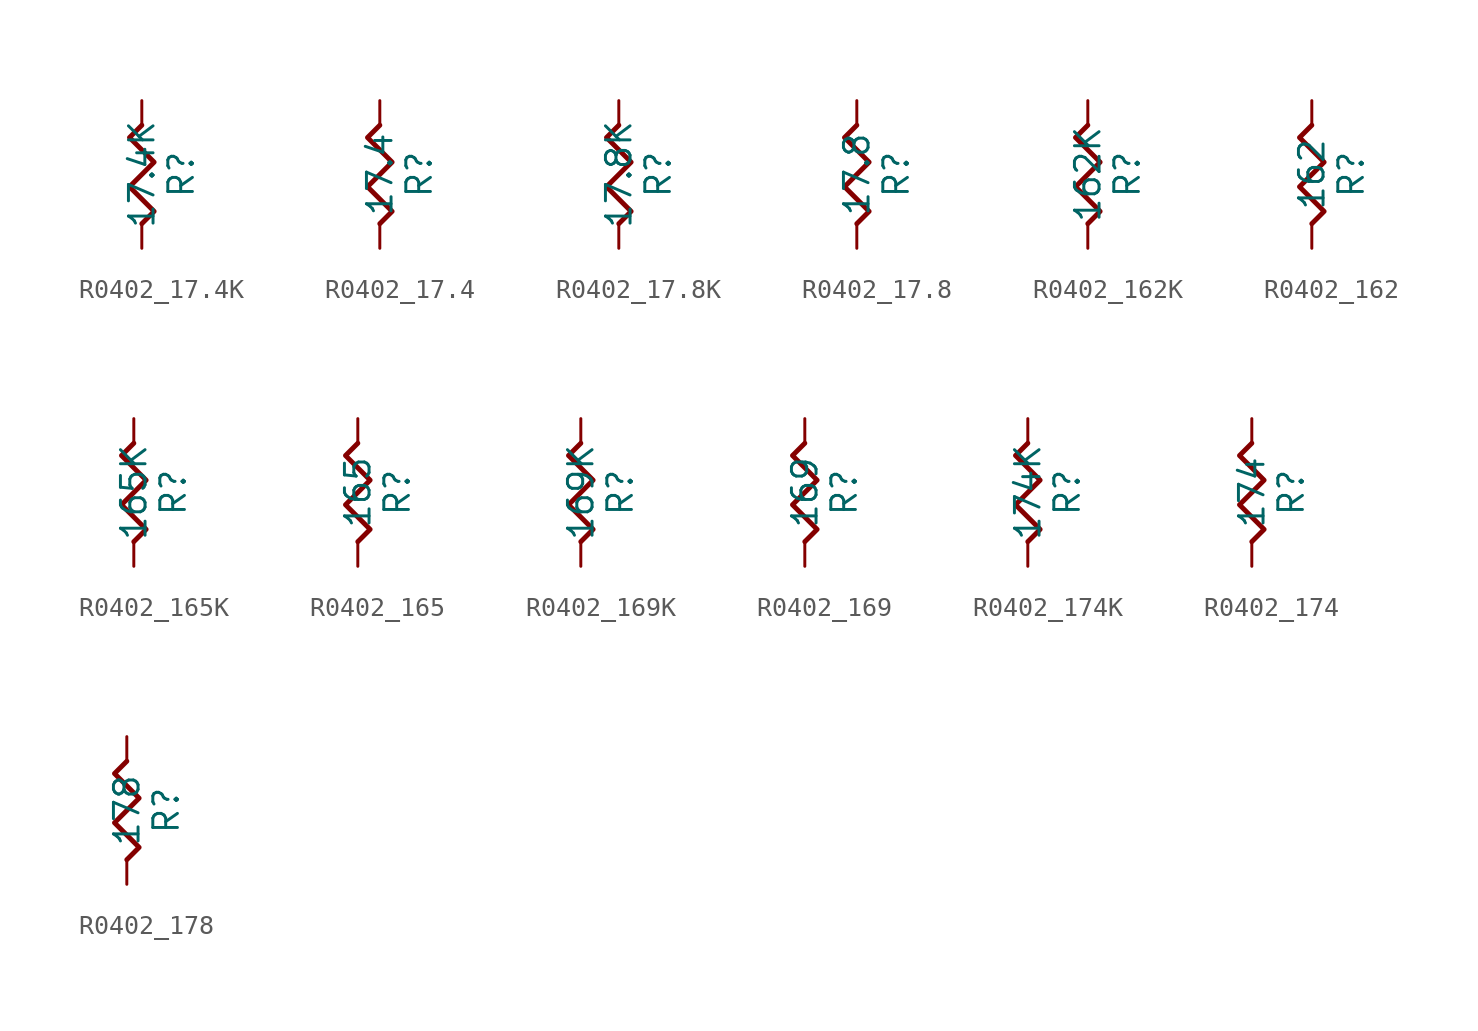
<source format=kicad_sym>
(kicad_symbol_lib
  (version 20211014)
  (generator atlantix-eda)
  (symbol "R0402_17.4K"
    (pin_numbers hide)
    (pin_names
      (offset 0))
    (property "Reference" "R"
      (at 2.032 0 90)
      (effects (font (size 1.27 1.27))))
    (property "Value" "17.4K"
      (at 0 0 90)
      (effects (font (size 1.27 1.27))))
    (symbol "R0402_17.4K_0_1"
      (polyline (pts (xy 0 -2.54) (xy 0.635 -1.905) (xy -0.635 -0.635) (xy 0.635 0.635) (xy -0.635 1.905) (xy 0 2.54)) (stroke (width 0.254) (type default) (color 0 0 0 0)) (fill (type none))))
    (symbol "R0402_17.4K_1_1"
      (pin passive line (at 0 3.81 270) (length 1.27) (name "~" (effects (font (size 1.27 1.27)))) (number "1" (effects (font (size 1.27 1.27)))))
      (pin passive line (at 0 -3.81 90) (length 1.27) (name "~" (effects (font (size 1.27 1.27)))) (number "2" (effects (font (size 1.27 1.27)))))))
  (symbol "R0402_17.4"
    (pin_numbers hide)
    (pin_names
      (offset 0))
    (property "Reference" "R"
      (at 2.032 0 90)
      (effects (font (size 1.27 1.27))))
    (property "Value" "17.4"
      (at 0 0 90)
      (effects (font (size 1.27 1.27))))
    (symbol "R0402_17.4_0_1"
      (polyline (pts (xy 0 -2.54) (xy 0.635 -1.905) (xy -0.635 -0.635) (xy 0.635 0.635) (xy -0.635 1.905) (xy 0 2.54)) (stroke (width 0.254) (type default) (color 0 0 0 0)) (fill (type none))))
    (symbol "R0402_17.4_1_1"
      (pin passive line (at 0 3.81 270) (length 1.27) (name "~" (effects (font (size 1.27 1.27)))) (number "1" (effects (font (size 1.27 1.27)))))
      (pin passive line (at 0 -3.81 90) (length 1.27) (name "~" (effects (font (size 1.27 1.27)))) (number "2" (effects (font (size 1.27 1.27)))))))
  (symbol "R0402_17.8K"
    (pin_numbers hide)
    (pin_names
      (offset 0))
    (property "Reference" "R"
      (at 2.032 0 90)
      (effects (font (size 1.27 1.27))))
    (property "Value" "17.8K"
      (at 0 0 90)
      (effects (font (size 1.27 1.27))))
    (symbol "R0402_17.8K_0_1"
      (polyline (pts (xy 0 -2.54) (xy 0.635 -1.905) (xy -0.635 -0.635) (xy 0.635 0.635) (xy -0.635 1.905) (xy 0 2.54)) (stroke (width 0.254) (type default) (color 0 0 0 0)) (fill (type none))))
    (symbol "R0402_17.8K_1_1"
      (pin passive line (at 0 3.81 270) (length 1.27) (name "~" (effects (font (size 1.27 1.27)))) (number "1" (effects (font (size 1.27 1.27)))))
      (pin passive line (at 0 -3.81 90) (length 1.27) (name "~" (effects (font (size 1.27 1.27)))) (number "2" (effects (font (size 1.27 1.27)))))))
  (symbol "R0402_17.8"
    (pin_numbers hide)
    (pin_names
      (offset 0))
    (property "Reference" "R"
      (at 2.032 0 90)
      (effects (font (size 1.27 1.27))))
    (property "Value" "17.8"
      (at 0 0 90)
      (effects (font (size 1.27 1.27))))
    (symbol "R0402_17.8_0_1"
      (polyline (pts (xy 0 -2.54) (xy 0.635 -1.905) (xy -0.635 -0.635) (xy 0.635 0.635) (xy -0.635 1.905) (xy 0 2.54)) (stroke (width 0.254) (type default) (color 0 0 0 0)) (fill (type none))))
    (symbol "R0402_17.8_1_1"
      (pin passive line (at 0 3.81 270) (length 1.27) (name "~" (effects (font (size 1.27 1.27)))) (number "1" (effects (font (size 1.27 1.27)))))
      (pin passive line (at 0 -3.81 90) (length 1.27) (name "~" (effects (font (size 1.27 1.27)))) (number "2" (effects (font (size 1.27 1.27)))))))
  (symbol "R0402_162K"
    (pin_numbers hide)
    (pin_names
      (offset 0))
    (property "Reference" "R"
      (at 2.032 0 90)
      (effects (font (size 1.27 1.27))))
    (property "Value" "162K"
      (at 0 0 90)
      (effects (font (size 1.27 1.27))))
    (symbol "R0402_162K_0_1"
      (polyline (pts (xy 0 -2.54) (xy 0.635 -1.905) (xy -0.635 -0.635) (xy 0.635 0.635) (xy -0.635 1.905) (xy 0 2.54)) (stroke (width 0.254) (type default) (color 0 0 0 0)) (fill (type none))))
    (symbol "R0402_162K_1_1"
      (pin passive line (at 0 3.81 270) (length 1.27) (name "~" (effects (font (size 1.27 1.27)))) (number "1" (effects (font (size 1.27 1.27)))))
      (pin passive line (at 0 -3.81 90) (length 1.27) (name "~" (effects (font (size 1.27 1.27)))) (number "2" (effects (font (size 1.27 1.27)))))))
  (symbol "R0402_162"
    (pin_numbers hide)
    (pin_names
      (offset 0))
    (property "Reference" "R"
      (at 2.032 0 90)
      (effects (font (size 1.27 1.27))))
    (property "Value" "162"
      (at 0 0 90)
      (effects (font (size 1.27 1.27))))
    (symbol "R0402_162_0_1"
      (polyline (pts (xy 0 -2.54) (xy 0.635 -1.905) (xy -0.635 -0.635) (xy 0.635 0.635) (xy -0.635 1.905) (xy 0 2.54)) (stroke (width 0.254) (type default) (color 0 0 0 0)) (fill (type none))))
    (symbol "R0402_162_1_1"
      (pin passive line (at 0 3.81 270) (length 1.27) (name "~" (effects (font (size 1.27 1.27)))) (number "1" (effects (font (size 1.27 1.27)))))
      (pin passive line (at 0 -3.81 90) (length 1.27) (name "~" (effects (font (size 1.27 1.27)))) (number "2" (effects (font (size 1.27 1.27)))))))
  (symbol "R0402_165K"
    (pin_numbers hide)
    (pin_names
      (offset 0))
    (property "Reference" "R"
      (at 2.032 0 90)
      (effects (font (size 1.27 1.27))))
    (property "Value" "165K"
      (at 0 0 90)
      (effects (font (size 1.27 1.27))))
    (symbol "R0402_165K_0_1"
      (polyline (pts (xy 0 -2.54) (xy 0.635 -1.905) (xy -0.635 -0.635) (xy 0.635 0.635) (xy -0.635 1.905) (xy 0 2.54)) (stroke (width 0.254) (type default) (color 0 0 0 0)) (fill (type none))))
    (symbol "R0402_165K_1_1"
      (pin passive line (at 0 3.81 270) (length 1.27) (name "~" (effects (font (size 1.27 1.27)))) (number "1" (effects (font (size 1.27 1.27)))))
      (pin passive line (at 0 -3.81 90) (length 1.27) (name "~" (effects (font (size 1.27 1.27)))) (number "2" (effects (font (size 1.27 1.27)))))))
  (symbol "R0402_165"
    (pin_numbers hide)
    (pin_names
      (offset 0))
    (property "Reference" "R"
      (at 2.032 0 90)
      (effects (font (size 1.27 1.27))))
    (property "Value" "165"
      (at 0 0 90)
      (effects (font (size 1.27 1.27))))
    (symbol "R0402_165_0_1"
      (polyline (pts (xy 0 -2.54) (xy 0.635 -1.905) (xy -0.635 -0.635) (xy 0.635 0.635) (xy -0.635 1.905) (xy 0 2.54)) (stroke (width 0.254) (type default) (color 0 0 0 0)) (fill (type none))))
    (symbol "R0402_165_1_1"
      (pin passive line (at 0 3.81 270) (length 1.27) (name "~" (effects (font (size 1.27 1.27)))) (number "1" (effects (font (size 1.27 1.27)))))
      (pin passive line (at 0 -3.81 90) (length 1.27) (name "~" (effects (font (size 1.27 1.27)))) (number "2" (effects (font (size 1.27 1.27)))))))
  (symbol "R0402_169K"
    (pin_numbers hide)
    (pin_names
      (offset 0))
    (property "Reference" "R"
      (at 2.032 0 90)
      (effects (font (size 1.27 1.27))))
    (property "Value" "169K"
      (at 0 0 90)
      (effects (font (size 1.27 1.27))))
    (symbol "R0402_169K_0_1"
      (polyline (pts (xy 0 -2.54) (xy 0.635 -1.905) (xy -0.635 -0.635) (xy 0.635 0.635) (xy -0.635 1.905) (xy 0 2.54)) (stroke (width 0.254) (type default) (color 0 0 0 0)) (fill (type none))))
    (symbol "R0402_169K_1_1"
      (pin passive line (at 0 3.81 270) (length 1.27) (name "~" (effects (font (size 1.27 1.27)))) (number "1" (effects (font (size 1.27 1.27)))))
      (pin passive line (at 0 -3.81 90) (length 1.27) (name "~" (effects (font (size 1.27 1.27)))) (number "2" (effects (font (size 1.27 1.27)))))))
  (symbol "R0402_169"
    (pin_numbers hide)
    (pin_names
      (offset 0))
    (property "Reference" "R"
      (at 2.032 0 90)
      (effects (font (size 1.27 1.27))))
    (property "Value" "169"
      (at 0 0 90)
      (effects (font (size 1.27 1.27))))
    (symbol "R0402_169_0_1"
      (polyline (pts (xy 0 -2.54) (xy 0.635 -1.905) (xy -0.635 -0.635) (xy 0.635 0.635) (xy -0.635 1.905) (xy 0 2.54)) (stroke (width 0.254) (type default) (color 0 0 0 0)) (fill (type none))))
    (symbol "R0402_169_1_1"
      (pin passive line (at 0 3.81 270) (length 1.27) (name "~" (effects (font (size 1.27 1.27)))) (number "1" (effects (font (size 1.27 1.27)))))
      (pin passive line (at 0 -3.81 90) (length 1.27) (name "~" (effects (font (size 1.27 1.27)))) (number "2" (effects (font (size 1.27 1.27)))))))
  (symbol "R0402_174K"
    (pin_numbers hide)
    (pin_names
      (offset 0))
    (property "Reference" "R"
      (at 2.032 0 90)
      (effects (font (size 1.27 1.27))))
    (property "Value" "174K"
      (at 0 0 90)
      (effects (font (size 1.27 1.27))))
    (symbol "R0402_174K_0_1"
      (polyline (pts (xy 0 -2.54) (xy 0.635 -1.905) (xy -0.635 -0.635) (xy 0.635 0.635) (xy -0.635 1.905) (xy 0 2.54)) (stroke (width 0.254) (type default) (color 0 0 0 0)) (fill (type none))))
    (symbol "R0402_174K_1_1"
      (pin passive line (at 0 3.81 270) (length 1.27) (name "~" (effects (font (size 1.27 1.27)))) (number "1" (effects (font (size 1.27 1.27)))))
      (pin passive line (at 0 -3.81 90) (length 1.27) (name "~" (effects (font (size 1.27 1.27)))) (number "2" (effects (font (size 1.27 1.27)))))))
  (symbol "R0402_174"
    (pin_numbers hide)
    (pin_names
      (offset 0))
    (property "Reference" "R"
      (at 2.032 0 90)
      (effects (font (size 1.27 1.27))))
    (property "Value" "174"
      (at 0 0 90)
      (effects (font (size 1.27 1.27))))
    (symbol "R0402_174_0_1"
      (polyline (pts (xy 0 -2.54) (xy 0.635 -1.905) (xy -0.635 -0.635) (xy 0.635 0.635) (xy -0.635 1.905) (xy 0 2.54)) (stroke (width 0.254) (type default) (color 0 0 0 0)) (fill (type none))))
    (symbol "R0402_174_1_1"
      (pin passive line (at 0 3.81 270) (length 1.27) (name "~" (effects (font (size 1.27 1.27)))) (number "1" (effects (font (size 1.27 1.27)))))
      (pin passive line (at 0 -3.81 90) (length 1.27) (name "~" (effects (font (size 1.27 1.27)))) (number "2" (effects (font (size 1.27 1.27)))))))
  (symbol "R0402_178"
    (pin_numbers hide)
    (pin_names
      (offset 0))
    (property "Reference" "R"
      (at 2.032 0 90)
      (effects (font (size 1.27 1.27))))
    (property "Value" "178"
      (at 0 0 90)
      (effects (font (size 1.27 1.27))))
    (symbol "R0402_178_0_1"
      (polyline (pts (xy 0 -2.54) (xy 0.635 -1.905) (xy -0.635 -0.635) (xy 0.635 0.635) (xy -0.635 1.905) (xy 0 2.54)) (stroke (width 0.254) (type default) (color 0 0 0 0)) (fill (type none))))
    (symbol "R0402_178_1_1"
      (pin passive line (at 0 3.81 270) (length 1.27) (name "~" (effects (font (size 1.27 1.27)))) (number "1" (effects (font (size 1.27 1.27)))))
      (pin passive line (at 0 -3.81 90) (length 1.27) (name "~" (effects (font (size 1.27 1.27)))) (number "2" (effects (font (size 1.27 1.27))))))))
</source>
